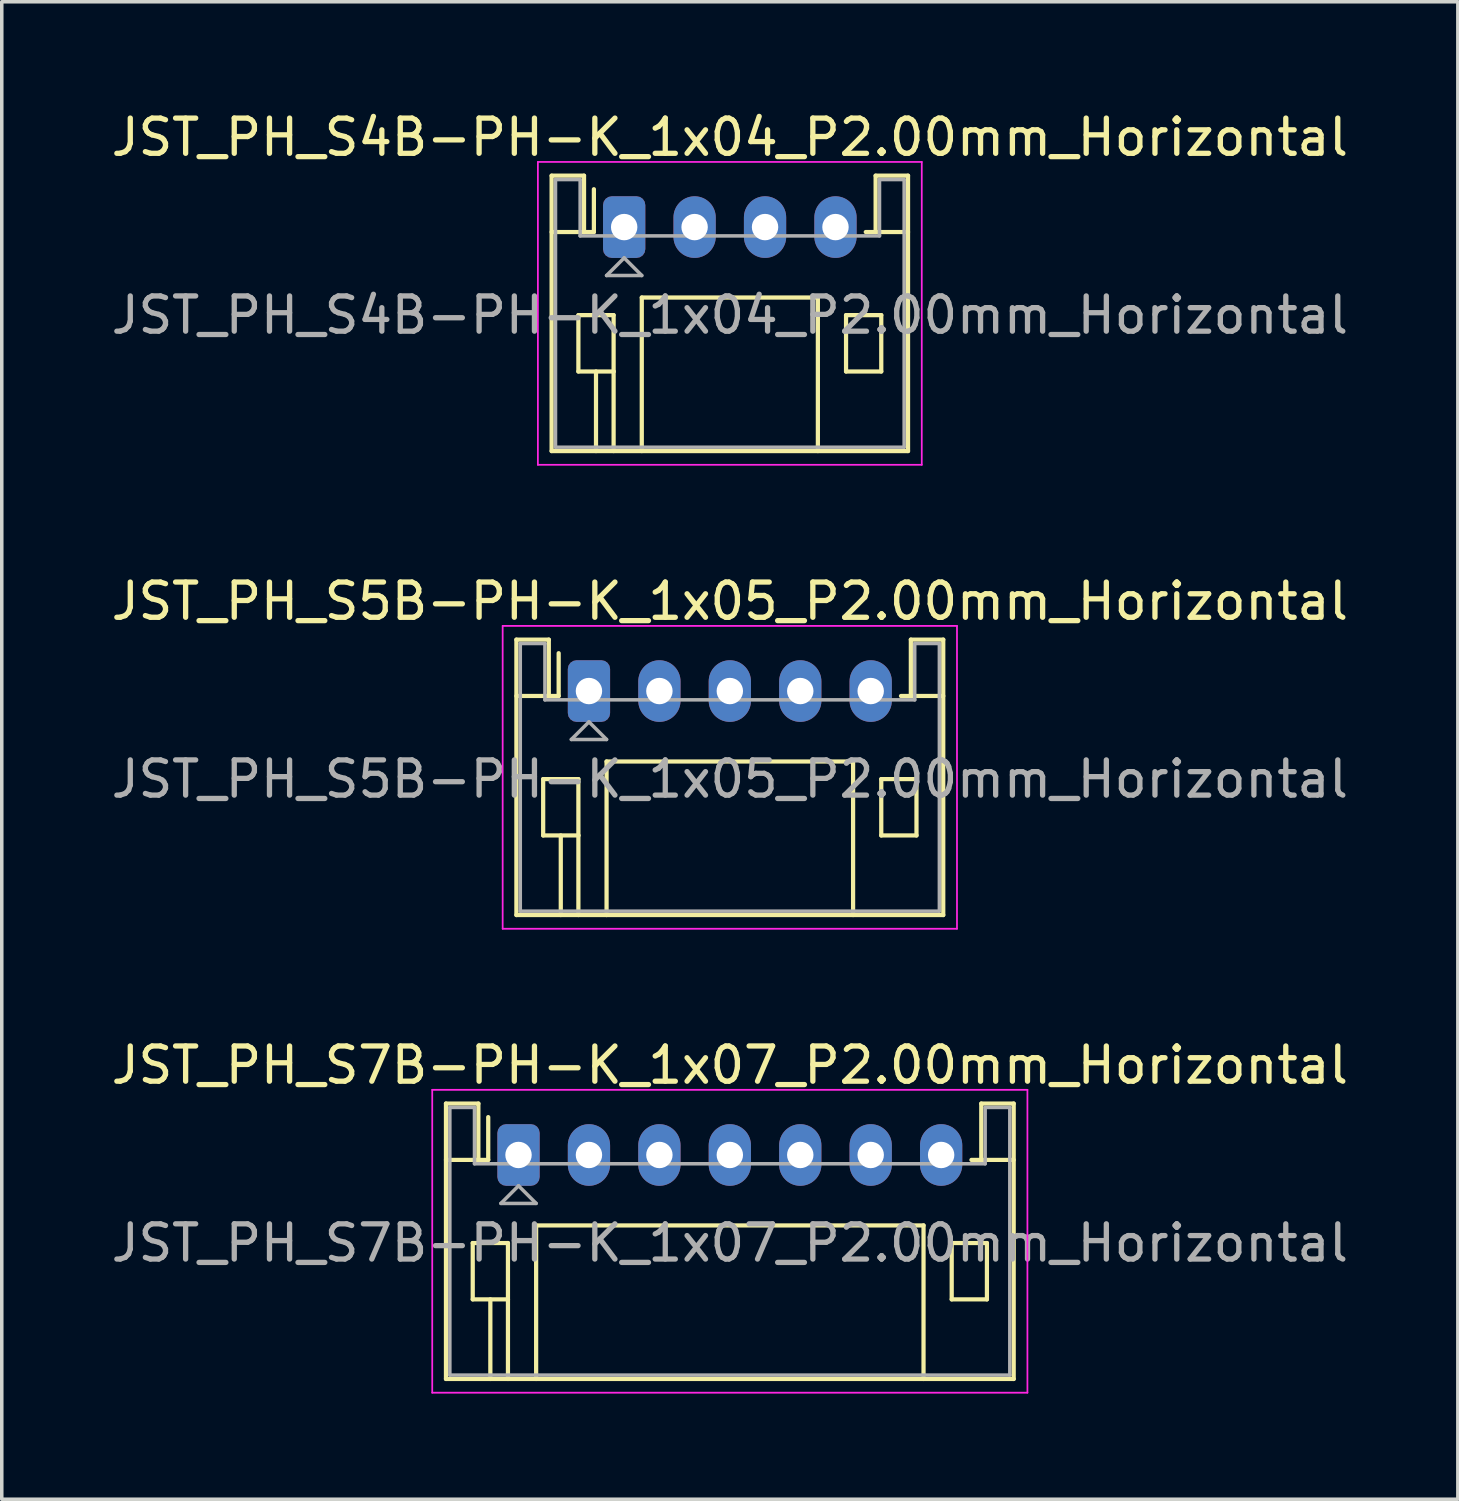
<source format=kicad_pcb>
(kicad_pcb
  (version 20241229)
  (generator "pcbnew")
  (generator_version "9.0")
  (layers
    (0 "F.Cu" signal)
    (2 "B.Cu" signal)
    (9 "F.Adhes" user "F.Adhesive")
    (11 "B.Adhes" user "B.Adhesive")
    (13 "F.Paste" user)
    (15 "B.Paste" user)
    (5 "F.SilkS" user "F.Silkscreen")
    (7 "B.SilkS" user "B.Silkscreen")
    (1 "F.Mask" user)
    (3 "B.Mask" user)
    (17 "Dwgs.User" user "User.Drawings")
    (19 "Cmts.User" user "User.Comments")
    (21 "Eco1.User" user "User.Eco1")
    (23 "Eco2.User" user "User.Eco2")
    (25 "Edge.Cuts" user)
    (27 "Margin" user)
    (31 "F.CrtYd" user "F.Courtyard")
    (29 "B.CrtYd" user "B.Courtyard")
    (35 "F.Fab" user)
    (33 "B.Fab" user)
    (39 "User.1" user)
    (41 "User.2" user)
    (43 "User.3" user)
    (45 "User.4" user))
  (footprint "JST_PH_S7B-PH-K_1x07_P2.00mm_Horizontal"
    (layer "F.Cu")
    (at 11.673 29.745)
    (property "Reference" "JST_PH_S7B-PH-K_1x07_P2.00mm_Horizontal" (at 6 -2.55 0) (layer "F.SilkS") (effects (font (size 1 1) (thickness 0.15))))
    (attr through_hole)
    (fp_line (start -2.06 -1.46) (end -2.06 6.36) (stroke (width 0.12) (type solid)) (layer "F.SilkS"))
    (fp_line (start -2.06 0.14) (end -1.14 0.14) (stroke (width 0.12) (type solid)) (layer "F.SilkS"))
    (fp_line (start -2.06 6.36) (end 14.06 6.36) (stroke (width 0.12) (type solid)) (layer "F.SilkS"))
    (fp_line (start -1.3 2.5) (end -1.3 4.1) (stroke (width 0.12) (type solid)) (layer "F.SilkS"))
    (fp_line (start -1.3 4.1) (end -0.3 4.1) (stroke (width 0.12) (type solid)) (layer "F.SilkS"))
    (fp_line (start -1.14 -1.46) (end -2.06 -1.46) (stroke (width 0.12) (type solid)) (layer "F.SilkS"))
    (fp_line (start -1.14 0.14) (end -1.14 -1.46) (stroke (width 0.12) (type solid)) (layer "F.SilkS"))
    (fp_line (start -0.86 0.14) (end -1.14 0.14) (stroke (width 0.12) (type solid)) (layer "F.SilkS"))
    (fp_line (start -0.86 0.14) (end -0.86 -1.075) (stroke (width 0.12) (type solid)) (layer "F.SilkS"))
    (fp_line (start -0.8 4.1) (end -0.8 6.36) (stroke (width 0.12) (type solid)) (layer "F.SilkS"))
    (fp_line (start -0.3 2.5) (end -1.3 2.5) (stroke (width 0.12) (type solid)) (layer "F.SilkS"))
    (fp_line (start -0.3 4.1) (end -0.3 2.5) (stroke (width 0.12) (type solid)) (layer "F.SilkS"))
    (fp_line (start -0.3 4.1) (end -0.3 6.36) (stroke (width 0.12) (type solid)) (layer "F.SilkS"))
    (fp_line (start 0.5 2) (end 11.5 2) (stroke (width 0.12) (type solid)) (layer "F.SilkS"))
    (fp_line (start 0.5 6.36) (end 0.5 2) (stroke (width 0.12) (type solid)) (layer "F.SilkS"))
    (fp_line (start 11.5 2) (end 11.5 6.36) (stroke (width 0.12) (type solid)) (layer "F.SilkS"))
    (fp_line (start 12.3 2.5) (end 13.3 2.5) (stroke (width 0.12) (type solid)) (layer "F.SilkS"))
    (fp_line (start 12.3 4.1) (end 12.3 2.5) (stroke (width 0.12) (type solid)) (layer "F.SilkS"))
    (fp_line (start 13.14 -1.46) (end 13.14 0.14) (stroke (width 0.12) (type solid)) (layer "F.SilkS"))
    (fp_line (start 13.14 0.14) (end 12.86 0.14) (stroke (width 0.12) (type solid)) (layer "F.SilkS"))
    (fp_line (start 13.3 2.5) (end 13.3 4.1) (stroke (width 0.12) (type solid)) (layer "F.SilkS"))
    (fp_line (start 13.3 4.1) (end 12.3 4.1) (stroke (width 0.12) (type solid)) (layer "F.SilkS"))
    (fp_line (start 14.06 -1.46) (end 13.14 -1.46) (stroke (width 0.12) (type solid)) (layer "F.SilkS"))
    (fp_line (start 14.06 0.14) (end 13.14 0.14) (stroke (width 0.12) (type solid)) (layer "F.SilkS"))
    (fp_line (start 14.06 6.36) (end 14.06 -1.46) (stroke (width 0.12) (type solid)) (layer "F.SilkS"))
    (fp_line (start -2.45 -1.85) (end -2.45 6.75) (stroke (width 0.05) (type solid)) (layer "F.CrtYd"))
    (fp_line (start -2.45 6.75) (end 14.45 6.75) (stroke (width 0.05) (type solid)) (layer "F.CrtYd"))
    (fp_line (start 14.45 -1.85) (end -2.45 -1.85) (stroke (width 0.05) (type solid)) (layer "F.CrtYd"))
    (fp_line (start 14.45 6.75) (end 14.45 -1.85) (stroke (width 0.05) (type solid)) (layer "F.CrtYd"))
    (fp_line (start -1.95 -1.35) (end -1.95 6.25) (stroke (width 0.1) (type solid)) (layer "F.Fab"))
    (fp_line (start -1.95 6.25) (end 13.95 6.25) (stroke (width 0.1) (type solid)) (layer "F.Fab"))
    (fp_line (start -1.25 -1.35) (end -1.95 -1.35) (stroke (width 0.1) (type solid)) (layer "F.Fab"))
    (fp_line (start -1.25 0.25) (end -1.25 -1.35) (stroke (width 0.1) (type solid)) (layer "F.Fab"))
    (fp_line (start -0.5 1.375) (end 0.5 1.375) (stroke (width 0.1) (type solid)) (layer "F.Fab"))
    (fp_line (start 0 0.875) (end -0.5 1.375) (stroke (width 0.1) (type solid)) (layer "F.Fab"))
    (fp_line (start 0.5 1.375) (end 0 0.875) (stroke (width 0.1) (type solid)) (layer "F.Fab"))
    (fp_line (start 13.25 -1.35) (end 13.25 0.25) (stroke (width 0.1) (type solid)) (layer "F.Fab"))
    (fp_line (start 13.25 0.25) (end -1.25 0.25) (stroke (width 0.1) (type solid)) (layer "F.Fab"))
    (fp_line (start 13.95 -1.35) (end 13.25 -1.35) (stroke (width 0.1) (type solid)) (layer "F.Fab"))
    (fp_line (start 13.95 6.25) (end 13.95 -1.35) (stroke (width 0.1) (type solid)) (layer "F.Fab"))
    (fp_text user "${REFERENCE}" (at 6 2.5 0) (layer "F.Fab") (effects (font (size 1 1) (thickness 0.15))))
    (pad "1" thru_hole roundrect (at 0 0) (size 1.2 1.75) (drill 0.75) (layers "*.Cu" "*.Mask") (roundrect_rratio 0.208))
    (pad "2" thru_hole oval (at 2 0) (size 1.2 1.75) (drill 0.75) (layers "*.Cu" "*.Mask"))
    (pad "3" thru_hole oval (at 4 0) (size 1.2 1.75) (drill 0.75) (layers "*.Cu" "*.Mask"))
    (pad "4" thru_hole oval (at 6 0) (size 1.2 1.75) (drill 0.75) (layers "*.Cu" "*.Mask"))
    (pad "5" thru_hole oval (at 8 0) (size 1.2 1.75) (drill 0.75) (layers "*.Cu" "*.Mask"))
    (pad "6" thru_hole oval (at 10 0) (size 1.2 1.75) (drill 0.75) (layers "*.Cu" "*.Mask"))
    (pad "7" thru_hole oval (at 12 0) (size 1.2 1.75) (drill 0.75) (layers "*.Cu" "*.Mask")))
  (footprint "JST_PH_S5B-PH-K_1x05_P2.00mm_Horizontal"
    (layer "F.Cu")
    (at 13.673 16.572)
    (property "Reference" "JST_PH_S5B-PH-K_1x05_P2.00mm_Horizontal" (at 4 -2.55 0) (layer "F.SilkS") (effects (font (size 1 1) (thickness 0.15))))
    (attr through_hole)
    (fp_line (start -2.06 -1.46) (end -2.06 6.36) (stroke (width 0.12) (type solid)) (layer "F.SilkS"))
    (fp_line (start -2.06 0.14) (end -1.14 0.14) (stroke (width 0.12) (type solid)) (layer "F.SilkS"))
    (fp_line (start -2.06 6.36) (end 10.06 6.36) (stroke (width 0.12) (type solid)) (layer "F.SilkS"))
    (fp_line (start -1.3 2.5) (end -1.3 4.1) (stroke (width 0.12) (type solid)) (layer "F.SilkS"))
    (fp_line (start -1.3 4.1) (end -0.3 4.1) (stroke (width 0.12) (type solid)) (layer "F.SilkS"))
    (fp_line (start -1.14 -1.46) (end -2.06 -1.46) (stroke (width 0.12) (type solid)) (layer "F.SilkS"))
    (fp_line (start -1.14 0.14) (end -1.14 -1.46) (stroke (width 0.12) (type solid)) (layer "F.SilkS"))
    (fp_line (start -0.86 0.14) (end -1.14 0.14) (stroke (width 0.12) (type solid)) (layer "F.SilkS"))
    (fp_line (start -0.86 0.14) (end -0.86 -1.075) (stroke (width 0.12) (type solid)) (layer "F.SilkS"))
    (fp_line (start -0.8 4.1) (end -0.8 6.36) (stroke (width 0.12) (type solid)) (layer "F.SilkS"))
    (fp_line (start -0.3 2.5) (end -1.3 2.5) (stroke (width 0.12) (type solid)) (layer "F.SilkS"))
    (fp_line (start -0.3 4.1) (end -0.3 2.5) (stroke (width 0.12) (type solid)) (layer "F.SilkS"))
    (fp_line (start -0.3 4.1) (end -0.3 6.36) (stroke (width 0.12) (type solid)) (layer "F.SilkS"))
    (fp_line (start 0.5 2) (end 7.5 2) (stroke (width 0.12) (type solid)) (layer "F.SilkS"))
    (fp_line (start 0.5 6.36) (end 0.5 2) (stroke (width 0.12) (type solid)) (layer "F.SilkS"))
    (fp_line (start 7.5 2) (end 7.5 6.36) (stroke (width 0.12) (type solid)) (layer "F.SilkS"))
    (fp_line (start 8.3 2.5) (end 9.3 2.5) (stroke (width 0.12) (type solid)) (layer "F.SilkS"))
    (fp_line (start 8.3 4.1) (end 8.3 2.5) (stroke (width 0.12) (type solid)) (layer "F.SilkS"))
    (fp_line (start 9.14 -1.46) (end 9.14 0.14) (stroke (width 0.12) (type solid)) (layer "F.SilkS"))
    (fp_line (start 9.14 0.14) (end 8.86 0.14) (stroke (width 0.12) (type solid)) (layer "F.SilkS"))
    (fp_line (start 9.3 2.5) (end 9.3 4.1) (stroke (width 0.12) (type solid)) (layer "F.SilkS"))
    (fp_line (start 9.3 4.1) (end 8.3 4.1) (stroke (width 0.12) (type solid)) (layer "F.SilkS"))
    (fp_line (start 10.06 -1.46) (end 9.14 -1.46) (stroke (width 0.12) (type solid)) (layer "F.SilkS"))
    (fp_line (start 10.06 0.14) (end 9.14 0.14) (stroke (width 0.12) (type solid)) (layer "F.SilkS"))
    (fp_line (start 10.06 6.36) (end 10.06 -1.46) (stroke (width 0.12) (type solid)) (layer "F.SilkS"))
    (fp_line (start -2.45 -1.85) (end -2.45 6.75) (stroke (width 0.05) (type solid)) (layer "F.CrtYd"))
    (fp_line (start -2.45 6.75) (end 10.45 6.75) (stroke (width 0.05) (type solid)) (layer "F.CrtYd"))
    (fp_line (start 10.45 -1.85) (end -2.45 -1.85) (stroke (width 0.05) (type solid)) (layer "F.CrtYd"))
    (fp_line (start 10.45 6.75) (end 10.45 -1.85) (stroke (width 0.05) (type solid)) (layer "F.CrtYd"))
    (fp_line (start -1.95 -1.35) (end -1.95 6.25) (stroke (width 0.1) (type solid)) (layer "F.Fab"))
    (fp_line (start -1.95 6.25) (end 9.95 6.25) (stroke (width 0.1) (type solid)) (layer "F.Fab"))
    (fp_line (start -1.25 -1.35) (end -1.95 -1.35) (stroke (width 0.1) (type solid)) (layer "F.Fab"))
    (fp_line (start -1.25 0.25) (end -1.25 -1.35) (stroke (width 0.1) (type solid)) (layer "F.Fab"))
    (fp_line (start -0.5 1.375) (end 0.5 1.375) (stroke (width 0.1) (type solid)) (layer "F.Fab"))
    (fp_line (start 0 0.875) (end -0.5 1.375) (stroke (width 0.1) (type solid)) (layer "F.Fab"))
    (fp_line (start 0.5 1.375) (end 0 0.875) (stroke (width 0.1) (type solid)) (layer "F.Fab"))
    (fp_line (start 9.25 -1.35) (end 9.25 0.25) (stroke (width 0.1) (type solid)) (layer "F.Fab"))
    (fp_line (start 9.25 0.25) (end -1.25 0.25) (stroke (width 0.1) (type solid)) (layer "F.Fab"))
    (fp_line (start 9.95 -1.35) (end 9.25 -1.35) (stroke (width 0.1) (type solid)) (layer "F.Fab"))
    (fp_line (start 9.95 6.25) (end 9.95 -1.35) (stroke (width 0.1) (type solid)) (layer "F.Fab"))
    (fp_text user "${REFERENCE}" (at 4 2.5 0) (layer "F.Fab") (effects (font (size 1 1) (thickness 0.15))))
    (pad "1" thru_hole roundrect (at 0 0) (size 1.2 1.75) (drill 0.75) (layers "*.Cu" "*.Mask") (roundrect_rratio 0.208))
    (pad "2" thru_hole oval (at 2 0) (size 1.2 1.75) (drill 0.75) (layers "*.Cu" "*.Mask"))
    (pad "3" thru_hole oval (at 4 0) (size 1.2 1.75) (drill 0.75) (layers "*.Cu" "*.Mask"))
    (pad "4" thru_hole oval (at 6 0) (size 1.2 1.75) (drill 0.75) (layers "*.Cu" "*.Mask"))
    (pad "5" thru_hole oval (at 8 0) (size 1.2 1.75) (drill 0.75) (layers "*.Cu" "*.Mask")))
  (footprint "JST_PH_S4B-PH-K_1x04_P2.00mm_Horizontal"
    (layer "F.Cu")
    (at 14.673 3.398)
    (property "Reference" "JST_PH_S4B-PH-K_1x04_P2.00mm_Horizontal" (at 3 -2.55 0) (layer "F.SilkS") (effects (font (size 1 1) (thickness 0.15))))
    (attr through_hole)
    (fp_line (start -2.06 -1.46) (end -2.06 6.36) (stroke (width 0.12) (type solid)) (layer "F.SilkS"))
    (fp_line (start -2.06 0.14) (end -1.14 0.14) (stroke (width 0.12) (type solid)) (layer "F.SilkS"))
    (fp_line (start -2.06 6.36) (end 8.06 6.36) (stroke (width 0.12) (type solid)) (layer "F.SilkS"))
    (fp_line (start -1.3 2.5) (end -1.3 4.1) (stroke (width 0.12) (type solid)) (layer "F.SilkS"))
    (fp_line (start -1.3 4.1) (end -0.3 4.1) (stroke (width 0.12) (type solid)) (layer "F.SilkS"))
    (fp_line (start -1.14 -1.46) (end -2.06 -1.46) (stroke (width 0.12) (type solid)) (layer "F.SilkS"))
    (fp_line (start -1.14 0.14) (end -1.14 -1.46) (stroke (width 0.12) (type solid)) (layer "F.SilkS"))
    (fp_line (start -0.86 0.14) (end -1.14 0.14) (stroke (width 0.12) (type solid)) (layer "F.SilkS"))
    (fp_line (start -0.86 0.14) (end -0.86 -1.075) (stroke (width 0.12) (type solid)) (layer "F.SilkS"))
    (fp_line (start -0.8 4.1) (end -0.8 6.36) (stroke (width 0.12) (type solid)) (layer "F.SilkS"))
    (fp_line (start -0.3 2.5) (end -1.3 2.5) (stroke (width 0.12) (type solid)) (layer "F.SilkS"))
    (fp_line (start -0.3 4.1) (end -0.3 2.5) (stroke (width 0.12) (type solid)) (layer "F.SilkS"))
    (fp_line (start -0.3 4.1) (end -0.3 6.36) (stroke (width 0.12) (type solid)) (layer "F.SilkS"))
    (fp_line (start 0.5 2) (end 5.5 2) (stroke (width 0.12) (type solid)) (layer "F.SilkS"))
    (fp_line (start 0.5 6.36) (end 0.5 2) (stroke (width 0.12) (type solid)) (layer "F.SilkS"))
    (fp_line (start 5.5 2) (end 5.5 6.36) (stroke (width 0.12) (type solid)) (layer "F.SilkS"))
    (fp_line (start 6.3 2.5) (end 7.3 2.5) (stroke (width 0.12) (type solid)) (layer "F.SilkS"))
    (fp_line (start 6.3 4.1) (end 6.3 2.5) (stroke (width 0.12) (type solid)) (layer "F.SilkS"))
    (fp_line (start 7.14 -1.46) (end 7.14 0.14) (stroke (width 0.12) (type solid)) (layer "F.SilkS"))
    (fp_line (start 7.14 0.14) (end 6.86 0.14) (stroke (width 0.12) (type solid)) (layer "F.SilkS"))
    (fp_line (start 7.3 2.5) (end 7.3 4.1) (stroke (width 0.12) (type solid)) (layer "F.SilkS"))
    (fp_line (start 7.3 4.1) (end 6.3 4.1) (stroke (width 0.12) (type solid)) (layer "F.SilkS"))
    (fp_line (start 8.06 -1.46) (end 7.14 -1.46) (stroke (width 0.12) (type solid)) (layer "F.SilkS"))
    (fp_line (start 8.06 0.14) (end 7.14 0.14) (stroke (width 0.12) (type solid)) (layer "F.SilkS"))
    (fp_line (start 8.06 6.36) (end 8.06 -1.46) (stroke (width 0.12) (type solid)) (layer "F.SilkS"))
    (fp_line (start -2.45 -1.85) (end -2.45 6.75) (stroke (width 0.05) (type solid)) (layer "F.CrtYd"))
    (fp_line (start -2.45 6.75) (end 8.45 6.75) (stroke (width 0.05) (type solid)) (layer "F.CrtYd"))
    (fp_line (start 8.45 -1.85) (end -2.45 -1.85) (stroke (width 0.05) (type solid)) (layer "F.CrtYd"))
    (fp_line (start 8.45 6.75) (end 8.45 -1.85) (stroke (width 0.05) (type solid)) (layer "F.CrtYd"))
    (fp_line (start -1.95 -1.35) (end -1.95 6.25) (stroke (width 0.1) (type solid)) (layer "F.Fab"))
    (fp_line (start -1.95 6.25) (end 7.95 6.25) (stroke (width 0.1) (type solid)) (layer "F.Fab"))
    (fp_line (start -1.25 -1.35) (end -1.95 -1.35) (stroke (width 0.1) (type solid)) (layer "F.Fab"))
    (fp_line (start -1.25 0.25) (end -1.25 -1.35) (stroke (width 0.1) (type solid)) (layer "F.Fab"))
    (fp_line (start -0.5 1.375) (end 0.5 1.375) (stroke (width 0.1) (type solid)) (layer "F.Fab"))
    (fp_line (start 0 0.875) (end -0.5 1.375) (stroke (width 0.1) (type solid)) (layer "F.Fab"))
    (fp_line (start 0.5 1.375) (end 0 0.875) (stroke (width 0.1) (type solid)) (layer "F.Fab"))
    (fp_line (start 7.25 -1.35) (end 7.25 0.25) (stroke (width 0.1) (type solid)) (layer "F.Fab"))
    (fp_line (start 7.25 0.25) (end -1.25 0.25) (stroke (width 0.1) (type solid)) (layer "F.Fab"))
    (fp_line (start 7.95 -1.35) (end 7.25 -1.35) (stroke (width 0.1) (type solid)) (layer "F.Fab"))
    (fp_line (start 7.95 6.25) (end 7.95 -1.35) (stroke (width 0.1) (type solid)) (layer "F.Fab"))
    (fp_text user "${REFERENCE}" (at 3 2.5 0) (layer "F.Fab") (effects (font (size 1 1) (thickness 0.15))))
    (pad "1" thru_hole roundrect (at 0 0) (size 1.2 1.75) (drill 0.75) (layers "*.Cu" "*.Mask") (roundrect_rratio 0.208))
    (pad "2" thru_hole oval (at 2 0) (size 1.2 1.75) (drill 0.75) (layers "*.Cu" "*.Mask"))
    (pad "3" thru_hole oval (at 4 0) (size 1.2 1.75) (drill 0.75) (layers "*.Cu" "*.Mask"))
    (pad "4" thru_hole oval (at 6 0) (size 1.2 1.75) (drill 0.75) (layers "*.Cu" "*.Mask")))
  (gr_rect
    (start -3 -3)
    (end 38.345 39.52)
    (stroke (width 0.1) (type default))
    (fill no)
    (layer "Edge.Cuts")))
</source>
